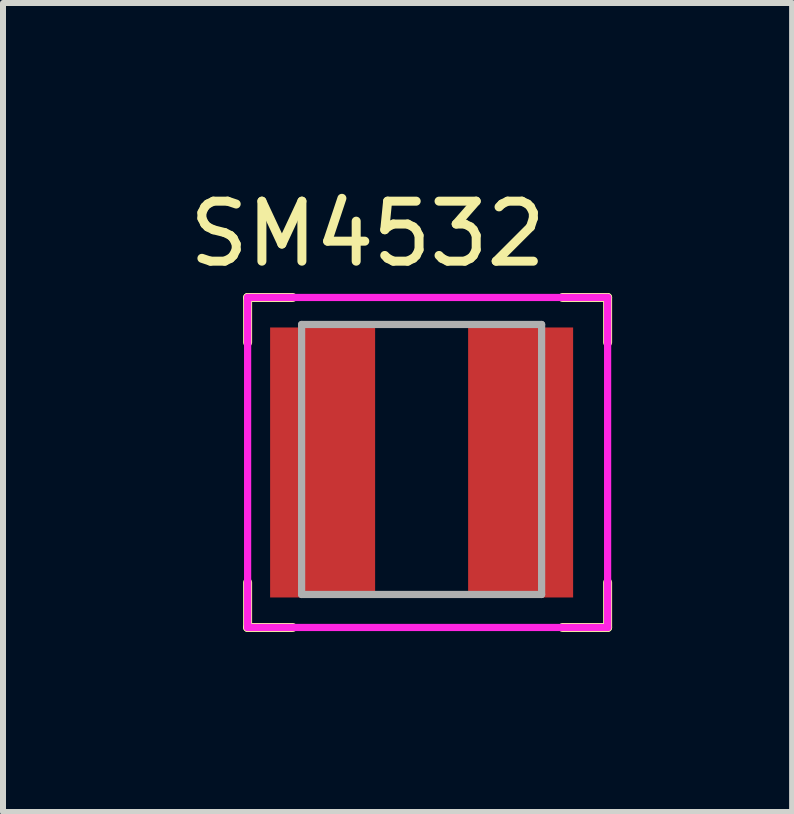
<source format=kicad_pcb>
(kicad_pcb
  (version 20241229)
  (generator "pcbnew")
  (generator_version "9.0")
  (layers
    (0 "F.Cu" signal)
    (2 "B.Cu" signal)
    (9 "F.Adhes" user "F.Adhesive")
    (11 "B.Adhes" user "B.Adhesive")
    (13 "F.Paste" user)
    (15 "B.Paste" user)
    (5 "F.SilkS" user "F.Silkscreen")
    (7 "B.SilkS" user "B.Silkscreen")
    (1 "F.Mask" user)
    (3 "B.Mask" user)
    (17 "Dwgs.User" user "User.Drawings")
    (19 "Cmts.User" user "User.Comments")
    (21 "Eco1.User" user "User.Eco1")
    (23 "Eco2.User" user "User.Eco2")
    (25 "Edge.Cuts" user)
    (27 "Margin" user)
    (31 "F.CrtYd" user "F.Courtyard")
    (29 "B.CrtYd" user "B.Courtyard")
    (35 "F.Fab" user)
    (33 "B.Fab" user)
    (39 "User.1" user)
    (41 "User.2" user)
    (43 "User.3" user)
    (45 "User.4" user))
  (footprint "SM4532"
    (layer "F.Cu")
    (at 3.977 4.658)
    (property "Reference" "SM4532" (at -0.9 -3.81 0) (layer "F.SilkS") (effects (font (size 1 1) (thickness 0.15))))
    (attr through_hole)
    (fp_line (start -2.9 -2.75) (end -2.9 -2) (stroke (width 0.15) (type solid)) (layer "F.SilkS"))
    (fp_line (start -2.9 2) (end -2.9 2.75) (stroke (width 0.15) (type solid)) (layer "F.SilkS"))
    (fp_line (start -2.9 2.75) (end -2.15 2.75) (stroke (width 0.15) (type solid)) (layer "F.SilkS"))
    (fp_line (start -2.15 -2.75) (end -2.9 -2.75) (stroke (width 0.15) (type solid)) (layer "F.SilkS"))
    (fp_line (start 2.35 2.75) (end 3.1 2.75) (stroke (width 0.15) (type solid)) (layer "F.SilkS"))
    (fp_line (start 3.1 -2.75) (end 2.35 -2.75) (stroke (width 0.15) (type solid)) (layer "F.SilkS"))
    (fp_line (start 3.1 -2) (end 3.1 -2.75) (stroke (width 0.15) (type solid)) (layer "F.SilkS"))
    (fp_line (start 3.1 2.75) (end 3.1 2) (stroke (width 0.15) (type solid)) (layer "F.SilkS"))
    (fp_line (start -2.9 -2.75) (end -2.9 2.75) (stroke (width 0.12) (type solid)) (layer "F.CrtYd"))
    (fp_line (start -2.9 2.75) (end 3.1 2.75) (stroke (width 0.12) (type solid)) (layer "F.CrtYd"))
    (fp_line (start 3.1 -2.75) (end -2.9 -2.75) (stroke (width 0.12) (type solid)) (layer "F.CrtYd"))
    (fp_line (start 3.1 2.75) (end 3.1 -2.75) (stroke (width 0.12) (type solid)) (layer "F.CrtYd"))
    (fp_line (start -2 -2.3) (end -2 2.2) (stroke (width 0.12) (type solid)) (layer "F.Fab"))
    (fp_line (start -2 2.2) (end 2 2.2) (stroke (width 0.12) (type solid)) (layer "F.Fab"))
    (fp_line (start 2 -2.3) (end -2 -2.3) (stroke (width 0.12) (type solid)) (layer "F.Fab"))
    (fp_line (start 2 2.2) (end 2 -2.3) (stroke (width 0.12) (type solid)) (layer "F.Fab"))
    (pad "1" smd rect (at -1.65 0 90) (size 4.5 1.75) (layers "F.Cu" "F.Mask" "F.Paste"))
    (pad "2" smd rect (at 1.65 0 90) (size 4.5 1.75) (layers "F.Cu" "F.Mask" "F.Paste")))
  (gr_rect
    (start -3 -3)
    (end 10.152 10.483)
    (stroke (width 0.1) (type default))
    (fill no)
    (layer "Edge.Cuts")))
</source>
